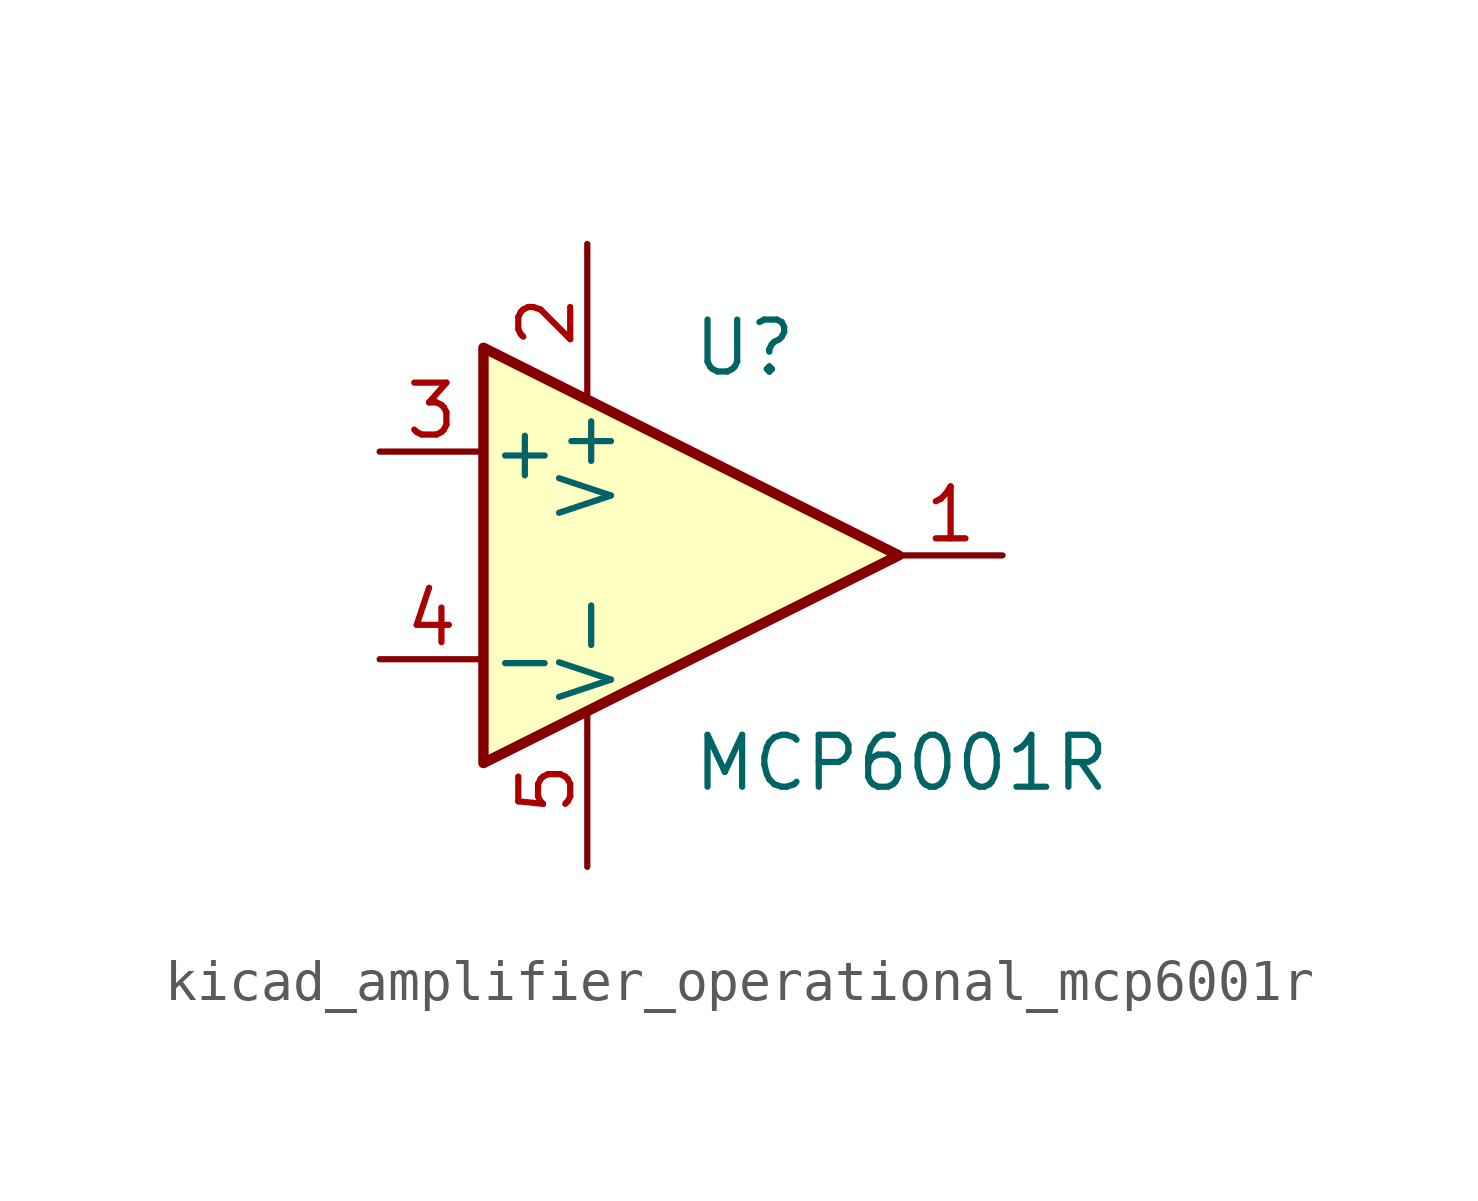
<source format=kicad_sym>
(kicad_symbol_lib
  (version 20220914)
  (generator kicad_symbol_editor)
  (symbol "kicad_amplifier_operational_mcp6001r"
    (pin_names
      (offset 0.127))
    (property "Reference" "U"
      (at 0 5.08 0)
      (effects (font (size 1.27 1.27)) (justify left)))
    (property "Value" "MCP6001R"
      (at 0 -5.08 0)
      (effects (font (size 1.27 1.27)) (justify left)))
    (symbol "kicad_amplifier_operational_mcp6001r_0_1"
      (polyline (pts (xy -5.08 5.08) (xy 5.08 0) (xy -5.08 -5.08) (xy -5.08 5.08)) (stroke (width 0.254) (type default)) (fill (type background)))
      (pin power_in line (at -2.54 7.62 270) (length 3.81) (name "V+" (effects (font (size 1.27 1.27)))) (number "2" (effects (font (size 1.27 1.27)))))
      (pin power_in line (at -2.54 -7.62 90) (length 3.81) (name "V-" (effects (font (size 1.27 1.27)))) (number "5" (effects (font (size 1.27 1.27))))))
    (symbol "kicad_amplifier_operational_mcp6001r_1_1"
      (pin output line (at 7.62 0 180) (length 2.54) (name "~" (effects (font (size 1.27 1.27)))) (number "1" (effects (font (size 1.27 1.27)))))
      (pin input line (at -7.62 2.54 0) (length 2.54) (name "+" (effects (font (size 1.27 1.27)))) (number "3" (effects (font (size 1.27 1.27)))))
      (pin input line (at -7.62 -2.54 0) (length 2.54) (name "-" (effects (font (size 1.27 1.27)))) (number "4" (effects (font (size 1.27 1.27))))))))
</source>
